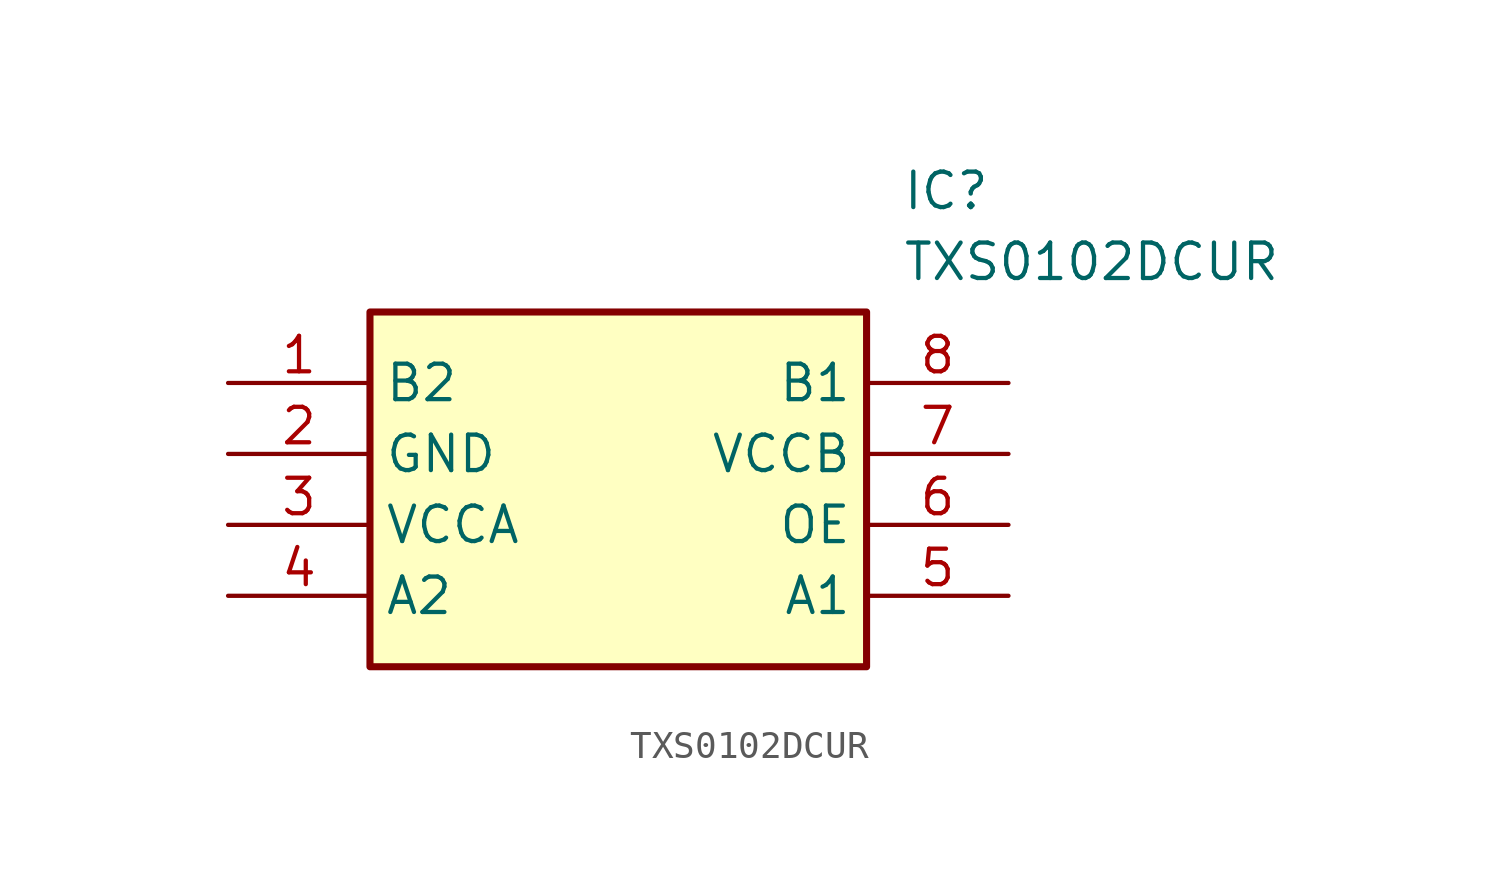
<source format=kicad_sym>
(kicad_symbol_lib
  (version 20211014)
  (generator SamacSys_ECAD_Model)
  (symbol "TXS0102DCUR"
    (property "Reference" "IC"
      (at 24.13 7.62 0)
      (effects (font (size 1.27 1.27)) (justify left top)))
    (property "Value" "TXS0102DCUR"
      (at 24.13 5.08 0)
      (effects (font (size 1.27 1.27)) (justify left top)))
    (rectangle
      (start 5.08 2.54)
      (end 22.86 -10.16)
      (stroke (width 0.254) (type default))
      (fill (type background)))
    (pin passive line
      (at 0 0 0)
      (length 5.08)
      (name "B2" (effects (font (size 1.27 1.27))))
      (number "1" (effects (font (size 1.27 1.27)))))
    (pin passive line
      (at 0 -2.54 0)
      (length 5.08)
      (name "GND" (effects (font (size 1.27 1.27))))
      (number "2" (effects (font (size 1.27 1.27)))))
    (pin passive line
      (at 0 -5.08 0)
      (length 5.08)
      (name "VCCA" (effects (font (size 1.27 1.27))))
      (number "3" (effects (font (size 1.27 1.27)))))
    (pin passive line
      (at 0 -7.62 0)
      (length 5.08)
      (name "A2" (effects (font (size 1.27 1.27))))
      (number "4" (effects (font (size 1.27 1.27)))))
    (pin passive line
      (at 27.94 0 180)
      (length 5.08)
      (name "B1" (effects (font (size 1.27 1.27))))
      (number "8" (effects (font (size 1.27 1.27)))))
    (pin passive line
      (at 27.94 -2.54 180)
      (length 5.08)
      (name "VCCB" (effects (font (size 1.27 1.27))))
      (number "7" (effects (font (size 1.27 1.27)))))
    (pin passive line
      (at 27.94 -5.08 180)
      (length 5.08)
      (name "OE" (effects (font (size 1.27 1.27))))
      (number "6" (effects (font (size 1.27 1.27)))))
    (pin passive line
      (at 27.94 -7.62 180)
      (length 5.08)
      (name "A1" (effects (font (size 1.27 1.27))))
      (number "5" (effects (font (size 1.27 1.27)))))))
</source>
